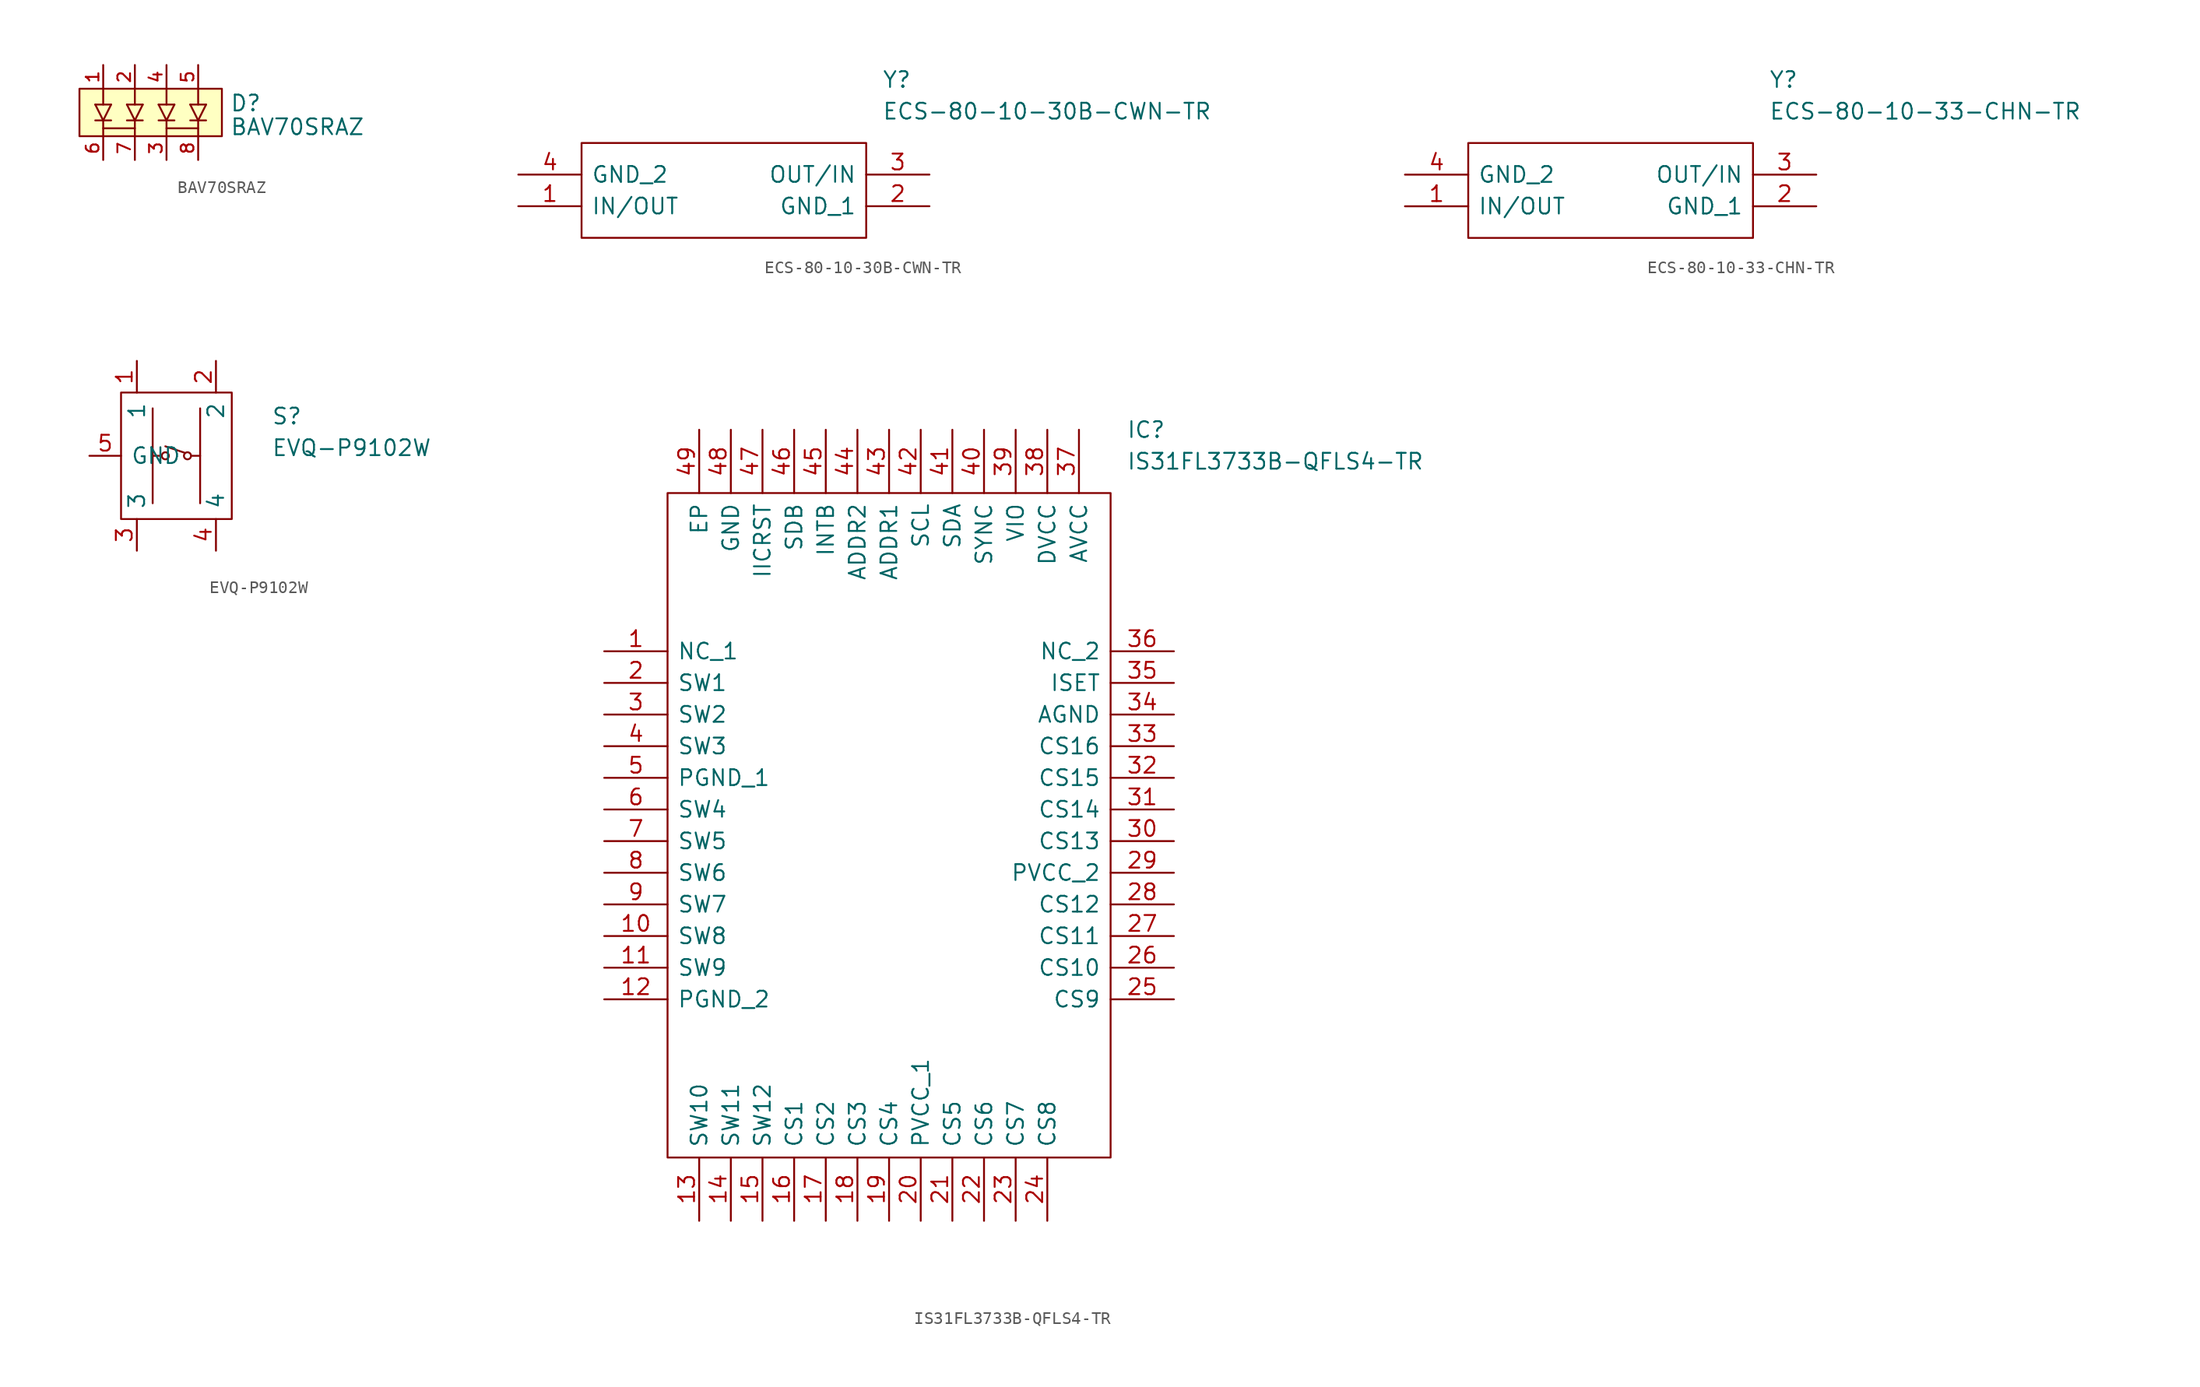
<source format=kicad_sym>
(kicad_symbol_lib
  (version 20211014)
  (generator kicad_symbol_editor)
  (symbol "BAV70SRAZ"
    (pin_names
      (offset 1.016) hide)
    (property "Reference" "D"
      (at 6.35 0 0)
      (effects (font (size 1.27 1.27)) (justify left bottom)))
    (property "Value" "BAV70SRAZ"
      (at 6.35 -1.905 0)
      (effects (font (size 1.27 1.27)) (justify left bottom)))
    (symbol "BAV70SRAZ_0_0"
      (rectangle (start -5.715 1.905) (end 5.715 -1.905) (stroke (width 0.152) (type default) (color 0 0 0 0)) (fill (type background)))
      (polyline (pts (xy -4.445 0.635) (xy -3.81 -0.635)) (stroke (width 0) (type default) (color 0 0 0 0)) (fill (type none)))
      (polyline (pts (xy -4.445 0.635) (xy -3.175 0.635)) (stroke (width 0) (type default) (color 0 0 0 0)) (fill (type none)))
      (polyline (pts (xy -3.81 -1.27) (xy -1.27 -1.27)) (stroke (width 0.152) (type default) (color 0 0 0 0)) (fill (type none)))
      (polyline (pts (xy -3.81 -0.635) (xy -3.81 -1.905)) (stroke (width 0) (type default) (color 0 0 0 0)) (fill (type none)))
      (polyline (pts (xy -3.81 -0.635) (xy -3.175 0.635)) (stroke (width 0) (type default) (color 0 0 0 0)) (fill (type none)))
      (polyline (pts (xy -3.81 1.905) (xy -3.81 0.635)) (stroke (width 0) (type default) (color 0 0 0 0)) (fill (type none)))
      (polyline (pts (xy -3.175 -0.635) (xy -4.445 -0.635)) (stroke (width 0) (type default) (color 0 0 0 0)) (fill (type none)))
      (polyline (pts (xy -1.905 0.635) (xy -1.27 -0.635)) (stroke (width 0) (type default) (color 0 0 0 0)) (fill (type none)))
      (polyline (pts (xy -1.905 0.635) (xy -0.635 0.635)) (stroke (width 0) (type default) (color 0 0 0 0)) (fill (type none)))
      (polyline (pts (xy -1.27 -0.635) (xy -1.27 -1.905)) (stroke (width 0) (type default) (color 0 0 0 0)) (fill (type none)))
      (polyline (pts (xy -1.27 -0.635) (xy -0.635 0.635)) (stroke (width 0) (type default) (color 0 0 0 0)) (fill (type none)))
      (polyline (pts (xy -1.27 1.905) (xy -1.27 0.635)) (stroke (width 0) (type default) (color 0 0 0 0)) (fill (type none)))
      (polyline (pts (xy -0.635 -0.635) (xy -1.905 -0.635)) (stroke (width 0) (type default) (color 0 0 0 0)) (fill (type none)))
      (polyline (pts (xy 0.635 0.635) (xy 1.27 -0.635)) (stroke (width 0) (type default) (color 0 0 0 0)) (fill (type none)))
      (polyline (pts (xy 0.635 0.635) (xy 1.905 0.635)) (stroke (width 0) (type default) (color 0 0 0 0)) (fill (type none)))
      (polyline (pts (xy 1.27 -1.27) (xy 3.81 -1.27)) (stroke (width 0.152) (type default) (color 0 0 0 0)) (fill (type none)))
      (polyline (pts (xy 1.27 -0.635) (xy 1.27 -1.905)) (stroke (width 0) (type default) (color 0 0 0 0)) (fill (type none)))
      (polyline (pts (xy 1.27 -0.635) (xy 1.905 0.635)) (stroke (width 0) (type default) (color 0 0 0 0)) (fill (type none)))
      (polyline (pts (xy 1.27 1.905) (xy 1.27 0.635)) (stroke (width 0) (type default) (color 0 0 0 0)) (fill (type none)))
      (polyline (pts (xy 1.905 -0.635) (xy 0.635 -0.635)) (stroke (width 0) (type default) (color 0 0 0 0)) (fill (type none)))
      (polyline (pts (xy 3.175 0.635) (xy 3.81 -0.635)) (stroke (width 0) (type default) (color 0 0 0 0)) (fill (type none)))
      (polyline (pts (xy 3.175 0.635) (xy 4.445 0.635)) (stroke (width 0) (type default) (color 0 0 0 0)) (fill (type none)))
      (polyline (pts (xy 3.81 -0.635) (xy 3.81 -1.905)) (stroke (width 0) (type default) (color 0 0 0 0)) (fill (type none)))
      (polyline (pts (xy 3.81 -0.635) (xy 4.445 0.635)) (stroke (width 0) (type default) (color 0 0 0 0)) (fill (type none)))
      (polyline (pts (xy 3.81 1.905) (xy 3.81 0.635)) (stroke (width 0) (type default) (color 0 0 0 0)) (fill (type none)))
      (polyline (pts (xy 4.445 -0.635) (xy 3.175 -0.635)) (stroke (width 0) (type default) (color 0 0 0 0)) (fill (type none)))
      (pin passive line (at -3.81 3.81 270) (length 1.905) (name "~" (effects (font (size 1.016 1.016)))) (number "1" (effects (font (size 1.016 1.016)))))
      (pin passive line (at -1.27 3.81 270) (length 1.905) (name "~" (effects (font (size 1.016 1.016)))) (number "2" (effects (font (size 1.016 1.016)))))
      (pin passive line (at 1.27 -3.81 90) (length 1.905) (name "~" (effects (font (size 1.016 1.016)))) (number "3" (effects (font (size 1.016 1.016)))))
      (pin passive line (at 1.27 3.81 270) (length 1.905) (name "~" (effects (font (size 1.016 1.016)))) (number "4" (effects (font (size 1.016 1.016)))))
      (pin passive line (at 3.81 3.81 270) (length 1.905) (name "~" (effects (font (size 1.016 1.016)))) (number "5" (effects (font (size 1.016 1.016)))))
      (pin passive line (at -3.81 -3.81 90) (length 1.905) (name "~" (effects (font (size 1.016 1.016)))) (number "6" (effects (font (size 1.016 1.016)))))
      (pin passive line (at -1.27 -3.81 90) (length 1.905) (name "~" (effects (font (size 1.016 1.016)))) (number "7" (effects (font (size 1.016 1.016)))))
      (pin passive line (at 3.81 -3.81 90) (length 1.905) (name "~" (effects (font (size 1.016 1.016)))) (number "8" (effects (font (size 1.016 1.016)))))))
  (symbol "ECS-80-10-30B-CWN-TR"
    (pin_names
      (offset 0.762))
    (property "Reference" "Y"
      (at 29.21 7.62 0)
      (effects (font (size 1.27 1.27)) (justify left)))
    (property "Value" "ECS-80-10-30B-CWN-TR"
      (at 29.21 5.08 0)
      (effects (font (size 1.27 1.27)) (justify left)))
    (symbol "ECS-80-10-30B-CWN-TR_0_0"
      (pin passive line (at 0 -2.54 0) (length 5.08) (name "IN/OUT" (effects (font (size 1.27 1.27)))) (number "1" (effects (font (size 1.27 1.27)))))
      (pin passive line (at 33.02 -2.54 180) (length 5.08) (name "GND_1" (effects (font (size 1.27 1.27)))) (number "2" (effects (font (size 1.27 1.27)))))
      (pin passive line (at 33.02 0 180) (length 5.08) (name "OUT/IN" (effects (font (size 1.27 1.27)))) (number "3" (effects (font (size 1.27 1.27)))))
      (pin passive line (at 0 0 0) (length 5.08) (name "GND_2" (effects (font (size 1.27 1.27)))) (number "4" (effects (font (size 1.27 1.27))))))
    (symbol "ECS-80-10-30B-CWN-TR_0_1"
      (polyline (pts (xy 5.08 2.54) (xy 27.94 2.54) (xy 27.94 -5.08) (xy 5.08 -5.08) (xy 5.08 2.54)) (stroke (width 0.152) (type default) (color 0 0 0 0)) (fill (type none)))))
  (symbol "ECS-80-10-33-CHN-TR"
    (pin_names
      (offset 0.762))
    (property "Reference" "Y"
      (at 29.21 7.62 0)
      (effects (font (size 1.27 1.27)) (justify left)))
    (property "Value" "ECS-80-10-33-CHN-TR"
      (at 29.21 5.08 0)
      (effects (font (size 1.27 1.27)) (justify left)))
    (symbol "ECS-80-10-33-CHN-TR_0_0"
      (pin passive line (at 0 -2.54 0) (length 5.08) (name "IN/OUT" (effects (font (size 1.27 1.27)))) (number "1" (effects (font (size 1.27 1.27)))))
      (pin passive line (at 33.02 -2.54 180) (length 5.08) (name "GND_1" (effects (font (size 1.27 1.27)))) (number "2" (effects (font (size 1.27 1.27)))))
      (pin passive line (at 33.02 0 180) (length 5.08) (name "OUT/IN" (effects (font (size 1.27 1.27)))) (number "3" (effects (font (size 1.27 1.27)))))
      (pin passive line (at 0 0 0) (length 5.08) (name "GND_2" (effects (font (size 1.27 1.27)))) (number "4" (effects (font (size 1.27 1.27))))))
    (symbol "ECS-80-10-33-CHN-TR_0_1"
      (polyline (pts (xy 5.08 2.54) (xy 27.94 2.54) (xy 27.94 -5.08) (xy 5.08 -5.08) (xy 5.08 2.54)) (stroke (width 0.152) (type default) (color 0 0 0 0)) (fill (type none)))))
  (symbol "EVQ-P9102W"
    (pin_names
      (offset 0.762))
    (property "Reference" "S"
      (at 12.065 8.255 0)
      (effects (font (size 1.27 1.27)) (justify left)))
    (property "Value" "EVQ-P9102W"
      (at 12.065 5.715 0)
      (effects (font (size 1.27 1.27)) (justify left)))
    (symbol "EVQ-P9102W_0_0"
      (pin passive line (at 1.27 12.7 270) (length 2.54) (name "1" (effects (font (size 1.27 1.27)))) (number "1" (effects (font (size 1.27 1.27)))))
      (pin passive line (at 7.62 12.7 270) (length 2.54) (name "2" (effects (font (size 1.27 1.27)))) (number "2" (effects (font (size 1.27 1.27)))))
      (pin passive line (at 1.27 -2.54 90) (length 2.54) (name "3" (effects (font (size 1.27 1.27)))) (number "3" (effects (font (size 1.27 1.27)))))
      (pin passive line (at 7.62 -2.54 90) (length 2.54) (name "4" (effects (font (size 1.27 1.27)))) (number "4" (effects (font (size 1.27 1.27)))))
      (pin passive line (at -2.54 5.08 0) (length 2.54) (name "GND" (effects (font (size 1.27 1.27)))) (number "5" (effects (font (size 1.27 1.27))))))
    (symbol "EVQ-P9102W_0_1"
      (polyline (pts (xy 3.175 5.08) (xy 2.54 5.08)) (stroke (width 0.152) (type default) (color 0 0 0 0)) (fill (type none)))
      (polyline (pts (xy 5.08 5.334) (xy 3.556 5.842)) (stroke (width 0.152) (type default) (color 0 0 0 0)) (fill (type none)))
      (polyline (pts (xy 5.715 5.08) (xy 6.35 5.08) (xy 5.715 5.08)) (stroke (width 0.152) (type default) (color 0 0 0 0)) (fill (type none)))
      (rectangle (start 0 10.16) (end 8.89 0) (stroke (width 0.152) (type default) (color 0 0 0 0)) (fill (type none)))
      (rectangle (start 2.54 8.89) (end 2.54 1.27) (stroke (width 0.152) (type default) (color 0 0 0 0)) (fill (type none)))
      (circle (center 3.556 5.08) (radius 0.284) (stroke (width 0.152) (type default) (color 0 0 0 0)) (fill (type none)))
      (circle (center 5.334 5.08) (radius 0.284) (stroke (width 0.152) (type default) (color 0 0 0 0)) (fill (type none)))
      (rectangle (start 6.35 8.89) (end 6.35 1.27) (stroke (width 0.152) (type default) (color 0 0 0 0)) (fill (type none)))))
  (symbol "IS31FL3733B-QFLS4-TR"
    (pin_names
      (offset 0.762))
    (property "Reference" "IC"
      (at 41.91 17.78 0)
      (effects (font (size 1.27 1.27)) (justify left)))
    (property "Value" "IS31FL3733B-QFLS4-TR"
      (at 41.91 15.24 0)
      (effects (font (size 1.27 1.27)) (justify left)))
    (symbol "IS31FL3733B-QFLS4-TR_0_0"
      (pin passive line (at 0 0 0) (length 5.08) (name "NC_1" (effects (font (size 1.27 1.27)))) (number "1" (effects (font (size 1.27 1.27)))))
      (pin passive line (at 0 -22.86 0) (length 5.08) (name "SW8" (effects (font (size 1.27 1.27)))) (number "10" (effects (font (size 1.27 1.27)))))
      (pin passive line (at 0 -25.4 0) (length 5.08) (name "SW9" (effects (font (size 1.27 1.27)))) (number "11" (effects (font (size 1.27 1.27)))))
      (pin passive line (at 0 -27.94 0) (length 5.08) (name "PGND_2" (effects (font (size 1.27 1.27)))) (number "12" (effects (font (size 1.27 1.27)))))
      (pin passive line (at 7.62 -45.72 90) (length 5.08) (name "SW10" (effects (font (size 1.27 1.27)))) (number "13" (effects (font (size 1.27 1.27)))))
      (pin passive line (at 10.16 -45.72 90) (length 5.08) (name "SW11" (effects (font (size 1.27 1.27)))) (number "14" (effects (font (size 1.27 1.27)))))
      (pin passive line (at 12.7 -45.72 90) (length 5.08) (name "SW12" (effects (font (size 1.27 1.27)))) (number "15" (effects (font (size 1.27 1.27)))))
      (pin passive line (at 15.24 -45.72 90) (length 5.08) (name "CS1" (effects (font (size 1.27 1.27)))) (number "16" (effects (font (size 1.27 1.27)))))
      (pin passive line (at 17.78 -45.72 90) (length 5.08) (name "CS2" (effects (font (size 1.27 1.27)))) (number "17" (effects (font (size 1.27 1.27)))))
      (pin passive line (at 20.32 -45.72 90) (length 5.08) (name "CS3" (effects (font (size 1.27 1.27)))) (number "18" (effects (font (size 1.27 1.27)))))
      (pin passive line (at 22.86 -45.72 90) (length 5.08) (name "CS4" (effects (font (size 1.27 1.27)))) (number "19" (effects (font (size 1.27 1.27)))))
      (pin passive line (at 0 -2.54 0) (length 5.08) (name "SW1" (effects (font (size 1.27 1.27)))) (number "2" (effects (font (size 1.27 1.27)))))
      (pin passive line (at 25.4 -45.72 90) (length 5.08) (name "PVCC_1" (effects (font (size 1.27 1.27)))) (number "20" (effects (font (size 1.27 1.27)))))
      (pin passive line (at 27.94 -45.72 90) (length 5.08) (name "CS5" (effects (font (size 1.27 1.27)))) (number "21" (effects (font (size 1.27 1.27)))))
      (pin passive line (at 30.48 -45.72 90) (length 5.08) (name "CS6" (effects (font (size 1.27 1.27)))) (number "22" (effects (font (size 1.27 1.27)))))
      (pin passive line (at 33.02 -45.72 90) (length 5.08) (name "CS7" (effects (font (size 1.27 1.27)))) (number "23" (effects (font (size 1.27 1.27)))))
      (pin passive line (at 35.56 -45.72 90) (length 5.08) (name "CS8" (effects (font (size 1.27 1.27)))) (number "24" (effects (font (size 1.27 1.27)))))
      (pin passive line (at 45.72 -27.94 180) (length 5.08) (name "CS9" (effects (font (size 1.27 1.27)))) (number "25" (effects (font (size 1.27 1.27)))))
      (pin passive line (at 45.72 -25.4 180) (length 5.08) (name "CS10" (effects (font (size 1.27 1.27)))) (number "26" (effects (font (size 1.27 1.27)))))
      (pin passive line (at 45.72 -22.86 180) (length 5.08) (name "CS11" (effects (font (size 1.27 1.27)))) (number "27" (effects (font (size 1.27 1.27)))))
      (pin passive line (at 45.72 -20.32 180) (length 5.08) (name "CS12" (effects (font (size 1.27 1.27)))) (number "28" (effects (font (size 1.27 1.27)))))
      (pin passive line (at 45.72 -17.78 180) (length 5.08) (name "PVCC_2" (effects (font (size 1.27 1.27)))) (number "29" (effects (font (size 1.27 1.27)))))
      (pin passive line (at 0 -5.08 0) (length 5.08) (name "SW2" (effects (font (size 1.27 1.27)))) (number "3" (effects (font (size 1.27 1.27)))))
      (pin passive line (at 45.72 -15.24 180) (length 5.08) (name "CS13" (effects (font (size 1.27 1.27)))) (number "30" (effects (font (size 1.27 1.27)))))
      (pin passive line (at 45.72 -12.7 180) (length 5.08) (name "CS14" (effects (font (size 1.27 1.27)))) (number "31" (effects (font (size 1.27 1.27)))))
      (pin passive line (at 45.72 -10.16 180) (length 5.08) (name "CS15" (effects (font (size 1.27 1.27)))) (number "32" (effects (font (size 1.27 1.27)))))
      (pin passive line (at 45.72 -7.62 180) (length 5.08) (name "CS16" (effects (font (size 1.27 1.27)))) (number "33" (effects (font (size 1.27 1.27)))))
      (pin passive line (at 45.72 -5.08 180) (length 5.08) (name "AGND" (effects (font (size 1.27 1.27)))) (number "34" (effects (font (size 1.27 1.27)))))
      (pin passive line (at 45.72 -2.54 180) (length 5.08) (name "ISET" (effects (font (size 1.27 1.27)))) (number "35" (effects (font (size 1.27 1.27)))))
      (pin passive line (at 45.72 0 180) (length 5.08) (name "NC_2" (effects (font (size 1.27 1.27)))) (number "36" (effects (font (size 1.27 1.27)))))
      (pin passive line (at 38.1 17.78 270) (length 5.08) (name "AVCC" (effects (font (size 1.27 1.27)))) (number "37" (effects (font (size 1.27 1.27)))))
      (pin passive line (at 35.56 17.78 270) (length 5.08) (name "DVCC" (effects (font (size 1.27 1.27)))) (number "38" (effects (font (size 1.27 1.27)))))
      (pin passive line (at 33.02 17.78 270) (length 5.08) (name "VIO" (effects (font (size 1.27 1.27)))) (number "39" (effects (font (size 1.27 1.27)))))
      (pin passive line (at 0 -7.62 0) (length 5.08) (name "SW3" (effects (font (size 1.27 1.27)))) (number "4" (effects (font (size 1.27 1.27)))))
      (pin passive line (at 30.48 17.78 270) (length 5.08) (name "SYNC" (effects (font (size 1.27 1.27)))) (number "40" (effects (font (size 1.27 1.27)))))
      (pin passive line (at 27.94 17.78 270) (length 5.08) (name "SDA" (effects (font (size 1.27 1.27)))) (number "41" (effects (font (size 1.27 1.27)))))
      (pin passive line (at 25.4 17.78 270) (length 5.08) (name "SCL" (effects (font (size 1.27 1.27)))) (number "42" (effects (font (size 1.27 1.27)))))
      (pin passive line (at 22.86 17.78 270) (length 5.08) (name "ADDR1" (effects (font (size 1.27 1.27)))) (number "43" (effects (font (size 1.27 1.27)))))
      (pin passive line (at 20.32 17.78 270) (length 5.08) (name "ADDR2" (effects (font (size 1.27 1.27)))) (number "44" (effects (font (size 1.27 1.27)))))
      (pin passive line (at 17.78 17.78 270) (length 5.08) (name "INTB" (effects (font (size 1.27 1.27)))) (number "45" (effects (font (size 1.27 1.27)))))
      (pin passive line (at 15.24 17.78 270) (length 5.08) (name "SDB" (effects (font (size 1.27 1.27)))) (number "46" (effects (font (size 1.27 1.27)))))
      (pin passive line (at 12.7 17.78 270) (length 5.08) (name "IICRST" (effects (font (size 1.27 1.27)))) (number "47" (effects (font (size 1.27 1.27)))))
      (pin passive line (at 10.16 17.78 270) (length 5.08) (name "GND" (effects (font (size 1.27 1.27)))) (number "48" (effects (font (size 1.27 1.27)))))
      (pin passive line (at 7.62 17.78 270) (length 5.08) (name "EP" (effects (font (size 1.27 1.27)))) (number "49" (effects (font (size 1.27 1.27)))))
      (pin passive line (at 0 -10.16 0) (length 5.08) (name "PGND_1" (effects (font (size 1.27 1.27)))) (number "5" (effects (font (size 1.27 1.27)))))
      (pin passive line (at 0 -12.7 0) (length 5.08) (name "SW4" (effects (font (size 1.27 1.27)))) (number "6" (effects (font (size 1.27 1.27)))))
      (pin passive line (at 0 -15.24 0) (length 5.08) (name "SW5" (effects (font (size 1.27 1.27)))) (number "7" (effects (font (size 1.27 1.27)))))
      (pin passive line (at 0 -17.78 0) (length 5.08) (name "SW6" (effects (font (size 1.27 1.27)))) (number "8" (effects (font (size 1.27 1.27)))))
      (pin passive line (at 0 -20.32 0) (length 5.08) (name "SW7" (effects (font (size 1.27 1.27)))) (number "9" (effects (font (size 1.27 1.27))))))
    (symbol "IS31FL3733B-QFLS4-TR_0_1"
      (polyline (pts (xy 5.08 12.7) (xy 40.64 12.7) (xy 40.64 -40.64) (xy 5.08 -40.64) (xy 5.08 12.7)) (stroke (width 0.152) (type default) (color 0 0 0 0)) (fill (type none))))))
</source>
